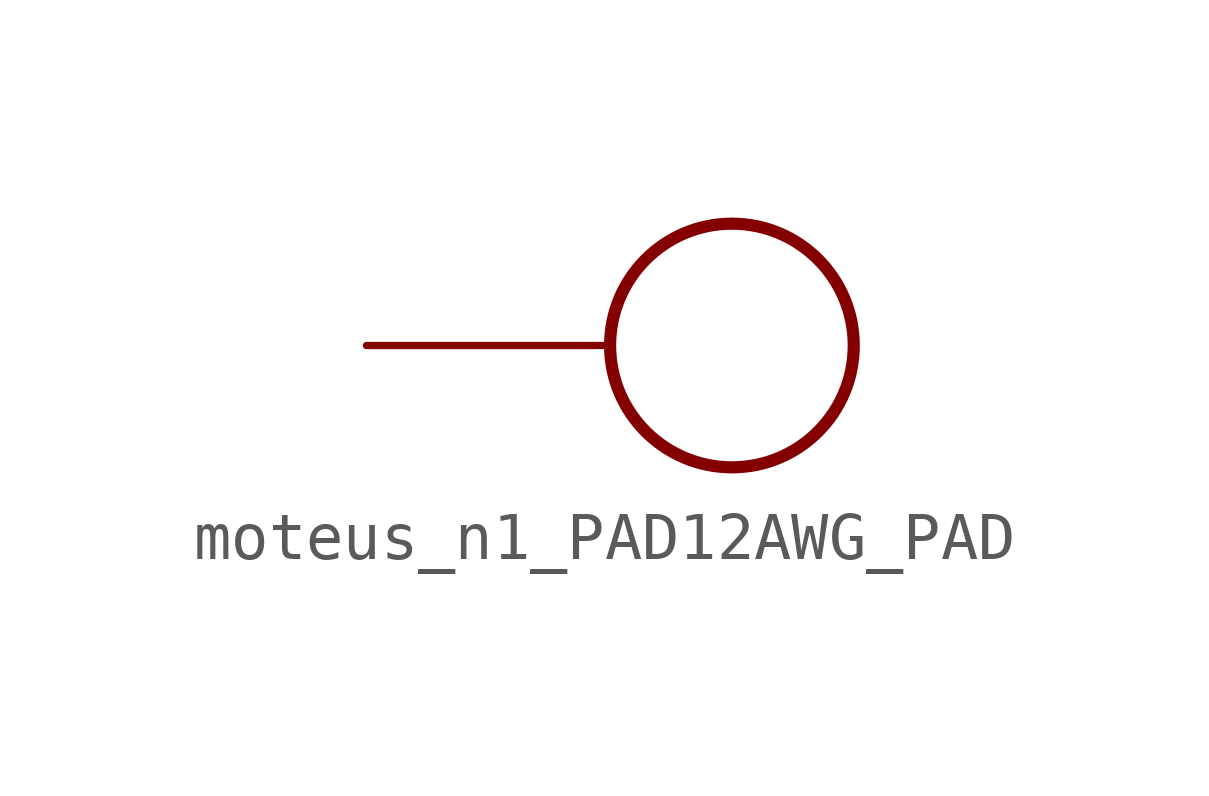
<source format=kicad_sym>
(kicad_symbol_lib
  (version 20231120)
  (generator "kicad_symbol_editor")
  (generator_version "8.0")
  (symbol "moteus_n1_PAD12AWG_PAD"
    (property "Reference" ""
      (at -7.62 5.08 0)
      (effects (font (size 1.676 1.425)) (justify left bottom) (hide yes)))
    (property "ki_locked" ""
      (at 0 0 0)
      (effects (font (size 1.27 1.27))))
    (symbol "moteus_n1_PAD12AWG_PAD_1_0"
      (circle (center 0 0) (radius 2.54) (stroke (width 0.254) (type solid)) (fill (type none)))
      (pin bidirectional line (at -7.62 0 0) (length 5.08) (name "P$1" (effects (font (size 0 0)))) (number "1" (effects (font (size 0 0))))))))
</source>
